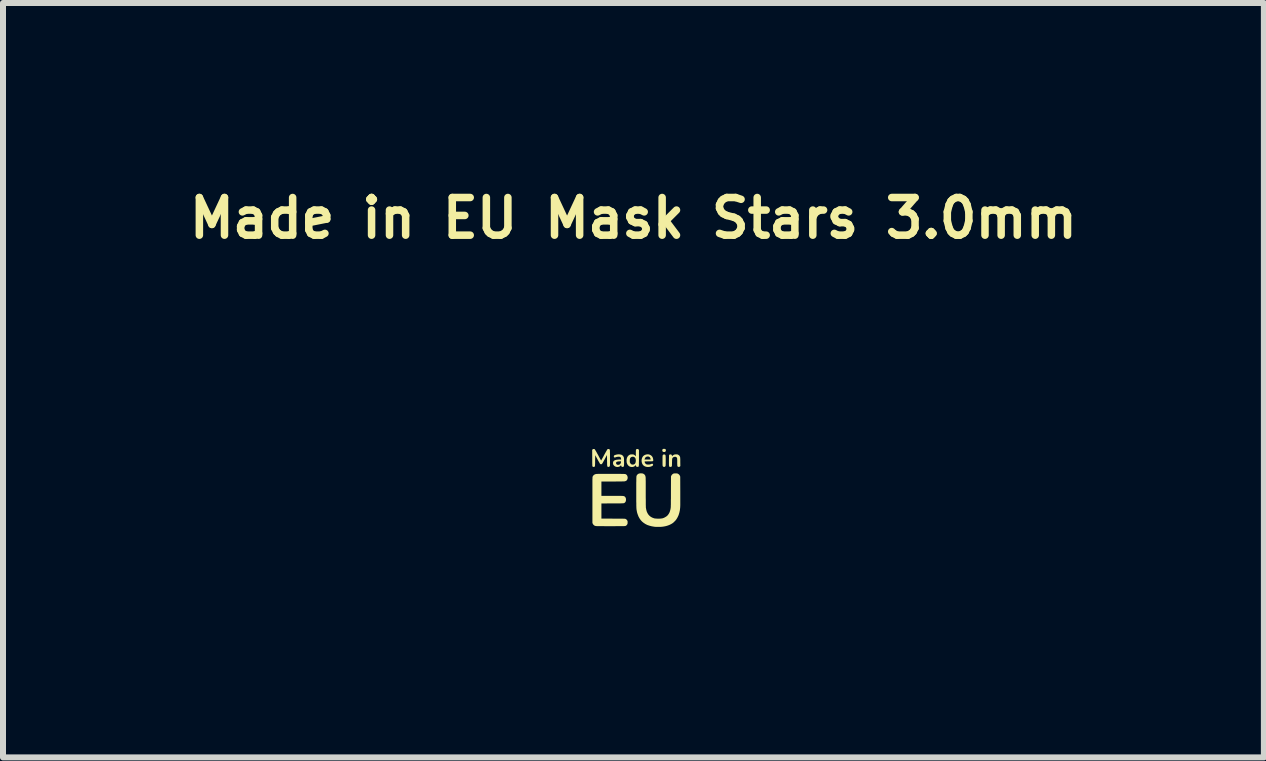
<source format=kicad_pcb>
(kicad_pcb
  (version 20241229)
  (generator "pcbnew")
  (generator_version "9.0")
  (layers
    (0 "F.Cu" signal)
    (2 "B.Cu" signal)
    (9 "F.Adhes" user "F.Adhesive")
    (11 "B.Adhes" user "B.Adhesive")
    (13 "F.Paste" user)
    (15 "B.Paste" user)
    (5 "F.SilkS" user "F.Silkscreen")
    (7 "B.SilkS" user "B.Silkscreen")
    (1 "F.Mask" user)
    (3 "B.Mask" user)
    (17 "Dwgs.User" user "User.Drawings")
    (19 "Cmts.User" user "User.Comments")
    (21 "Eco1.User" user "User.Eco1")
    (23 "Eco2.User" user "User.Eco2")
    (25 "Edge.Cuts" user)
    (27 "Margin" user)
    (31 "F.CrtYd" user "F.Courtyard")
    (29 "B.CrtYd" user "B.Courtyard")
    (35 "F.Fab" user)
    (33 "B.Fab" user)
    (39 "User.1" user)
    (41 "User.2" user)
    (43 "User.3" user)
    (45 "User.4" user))
  (footprint "Made in EU Mask Stars 3.0mm"
    (layer "F.Cu")
    (at 7.511 5.087)
    (property "Reference" "Made in EU Mask Stars 3.0mm" (at 0 -4.5 180) (layer "F.SilkS") (effects (font (size 0.628 0.628) (thickness 0.125))))
    (attr board_only exclude_from_pos_files exclude_from_bom)
    (fp_poly (pts (xy 1.103 -0.853) (xy 1.103 -0.853) (xy 1.104 -0.85) (xy 1.106 -0.844) (xy 1.109 -0.834) (xy 1.113 -0.821) (xy 1.118 -0.806) (xy 1.123 -0.789) (xy 1.129 -0.771) (xy 1.13 -0.769) (xy 1.156 -0.689) (xy 1.245 -0.688) (xy 1.333 -0.687) (xy 1.262 -0.635) (xy 1.246 -0.624) (xy 1.231 -0.614) (xy 1.219 -0.604) (xy 1.208 -0.596) (xy 1.199 -0.59) (xy 1.193 -0.585) (xy 1.19 -0.583) (xy 1.19 -0.583) (xy 1.191 -0.581) (xy 1.193 -0.574) (xy 1.196 -0.565) (xy 1.2 -0.553) (xy 1.204 -0.538) (xy 1.21 -0.522) (xy 1.216 -0.504) (xy 1.217 -0.5) (xy 1.223 -0.482) (xy 1.228 -0.465) (xy 1.233 -0.45) (xy 1.237 -0.438) (xy 1.24 -0.428) (xy 1.242 -0.421) (xy 1.242 -0.418) (xy 1.242 -0.418) (xy 1.241 -0.419) (xy 1.236 -0.423) (xy 1.228 -0.428) (xy 1.217 -0.435) (xy 1.205 -0.444) (xy 1.191 -0.454) (xy 1.176 -0.466) (xy 1.172 -0.468) (xy 1.102 -0.52) (xy 1.035 -0.471) (xy 1.016 -0.457) (xy 1.001 -0.446) (xy 0.989 -0.437) (xy 0.979 -0.43) (xy 0.972 -0.425) (xy 0.967 -0.422) (xy 0.964 -0.42) (xy 0.962 -0.419) (xy 0.961 -0.419) (xy 0.961 -0.42) (xy 0.961 -0.421) (xy 0.961 -0.421) (xy 0.968 -0.443) (xy 0.975 -0.465) (xy 0.982 -0.486) (xy 0.989 -0.506) (xy 0.994 -0.525) (xy 1 -0.542) (xy 1.004 -0.557) (xy 1.008 -0.569) (xy 1.01 -0.578) (xy 1.012 -0.583) (xy 1.012 -0.585) (xy 1.01 -0.586) (xy 1.004 -0.59) (xy 0.996 -0.596) (xy 0.985 -0.604) (xy 0.973 -0.613) (xy 0.959 -0.623) (xy 0.943 -0.634) (xy 0.94 -0.636) (xy 0.87 -0.687) (xy 0.959 -0.687) (xy 1.047 -0.688) (xy 1.066 -0.747) (xy 1.074 -0.772) (xy 1.081 -0.792) (xy 1.086 -0.809) (xy 1.091 -0.823) (xy 1.094 -0.833) (xy 1.097 -0.841) (xy 1.099 -0.847) (xy 1.1 -0.851) (xy 1.102 -0.853) (xy 1.102 -0.854)) (stroke (width 0) (type solid)) (fill yes) (layer "F.Mask"))
    (fp_poly (pts (xy 0.003 1.057) (xy 0.005 1.063) (xy 0.008 1.073) (xy 0.012 1.086) (xy 0.017 1.101) (xy 0.022 1.118) (xy 0.028 1.136) (xy 0.029 1.139) (xy 0.055 1.22) (xy 0.143 1.221) (xy 0.231 1.223) (xy 0.165 1.27) (xy 0.15 1.281) (xy 0.135 1.291) (xy 0.123 1.3) (xy 0.112 1.308) (xy 0.103 1.315) (xy 0.097 1.319) (xy 0.094 1.321) (xy 0.089 1.325) (xy 0.115 1.406) (xy 0.121 1.424) (xy 0.126 1.441) (xy 0.131 1.456) (xy 0.135 1.469) (xy 0.139 1.479) (xy 0.141 1.486) (xy 0.142 1.489) (xy 0.142 1.489) (xy 0.142 1.491) (xy 0.14 1.49) (xy 0.137 1.488) (xy 0.131 1.483) (xy 0.122 1.477) (xy 0.112 1.469) (xy 0.1 1.46) (xy 0.086 1.451) (xy 0.073 1.441) (xy 0.059 1.431) (xy 0.046 1.421) (xy 0.034 1.412) (xy 0.023 1.405) (xy 0.014 1.398) (xy 0.007 1.393) (xy 0.004 1.391) (xy 0.003 1.39) (xy 0.001 1.391) (xy -0.004 1.395) (xy -0.012 1.4) (xy -0.023 1.407) (xy -0.035 1.415) (xy -0.048 1.424) (xy -0.062 1.434) (xy -0.076 1.444) (xy -0.09 1.455) (xy -0.104 1.464) (xy -0.116 1.474) (xy -0.127 1.482) (xy -0.136 1.489) (xy -0.138 1.49) (xy -0.141 1.491) (xy -0.14 1.489) (xy -0.14 1.489) (xy -0.139 1.486) (xy -0.137 1.48) (xy -0.134 1.47) (xy -0.13 1.458) (xy -0.126 1.444) (xy -0.121 1.429) (xy -0.116 1.413) (xy -0.11 1.397) (xy -0.106 1.382) (xy -0.101 1.367) (xy -0.097 1.355) (xy -0.094 1.344) (xy -0.091 1.337) (xy -0.09 1.334) (xy -0.087 1.324) (xy -0.159 1.273) (xy -0.231 1.221) (xy -0.142 1.221) (xy -0.054 1.221) (xy -0.038 1.172) (xy -0.032 1.155) (xy -0.027 1.137) (xy -0.021 1.119) (xy -0.016 1.102) (xy -0.011 1.088) (xy -0.011 1.086) (xy -0.007 1.075) (xy -0.003 1.065) (xy -0.001 1.058) (xy 0.001 1.054) (xy 0.002 1.054)) (stroke (width 0) (type solid)) (fill yes) (layer "F.Mask"))
    (fp_poly (pts (xy -0.616 -1.264) (xy -0.611 -1.247) (xy -0.605 -1.23) (xy -0.6 -1.213) (xy -0.595 -1.198) (xy -0.591 -1.186) (xy -0.589 -1.18) (xy -0.58 -1.152) (xy -0.492 -1.152) (xy -0.403 -1.151) (xy -0.467 -1.105) (xy -0.482 -1.095) (xy -0.496 -1.084) (xy -0.509 -1.075) (xy -0.521 -1.067) (xy -0.53 -1.06) (xy -0.536 -1.056) (xy -0.538 -1.054) (xy -0.547 -1.047) (xy -0.52 -0.965) (xy -0.514 -0.947) (xy -0.509 -0.93) (xy -0.504 -0.915) (xy -0.5 -0.902) (xy -0.497 -0.892) (xy -0.495 -0.886) (xy -0.494 -0.883) (xy -0.494 -0.883) (xy -0.496 -0.884) (xy -0.501 -0.887) (xy -0.509 -0.893) (xy -0.52 -0.9) (xy -0.532 -0.909) (xy -0.546 -0.919) (xy -0.561 -0.93) (xy -0.563 -0.931) (xy -0.578 -0.942) (xy -0.592 -0.953) (xy -0.605 -0.962) (xy -0.616 -0.97) (xy -0.625 -0.976) (xy -0.63 -0.98) (xy -0.633 -0.982) (xy -0.633 -0.982) (xy -0.636 -0.981) (xy -0.641 -0.977) (xy -0.649 -0.972) (xy -0.66 -0.964) (xy -0.673 -0.956) (xy -0.687 -0.946) (xy -0.702 -0.934) (xy -0.705 -0.932) (xy -0.721 -0.921) (xy -0.735 -0.911) (xy -0.748 -0.902) (xy -0.758 -0.894) (xy -0.767 -0.888) (xy -0.773 -0.884) (xy -0.775 -0.882) (xy -0.775 -0.882) (xy -0.775 -0.884) (xy -0.773 -0.89) (xy -0.77 -0.899) (xy -0.767 -0.911) (xy -0.762 -0.926) (xy -0.757 -0.942) (xy -0.751 -0.96) (xy -0.75 -0.964) (xy -0.744 -0.982) (xy -0.739 -0.999) (xy -0.734 -1.014) (xy -0.73 -1.027) (xy -0.727 -1.037) (xy -0.724 -1.044) (xy -0.723 -1.047) (xy -0.723 -1.047) (xy -0.725 -1.049) (xy -0.73 -1.053) (xy -0.738 -1.058) (xy -0.748 -1.066) (xy -0.761 -1.075) (xy -0.775 -1.085) (xy -0.79 -1.096) (xy -0.795 -1.1) (xy -0.867 -1.151) (xy -0.778 -1.152) (xy -0.689 -1.152) (xy -0.668 -1.219) (xy -0.662 -1.236) (xy -0.657 -1.253) (xy -0.652 -1.269) (xy -0.647 -1.282) (xy -0.644 -1.294) (xy -0.641 -1.301) (xy -0.641 -1.303) (xy -0.635 -1.321)) (stroke (width 0) (type solid)) (fill yes) (layer "F.Mask"))
    (fp_poly (pts (xy -0.633 0.888) (xy -0.631 0.893) (xy -0.628 0.902) (xy -0.624 0.914) (xy -0.619 0.928) (xy -0.614 0.945) (xy -0.608 0.963) (xy -0.606 0.968) (xy -0.58 1.052) (xy -0.491 1.052) (xy -0.403 1.053) (xy -0.474 1.104) (xy -0.489 1.115) (xy -0.504 1.126) (xy -0.517 1.135) (xy -0.528 1.143) (xy -0.536 1.15) (xy -0.542 1.154) (xy -0.545 1.156) (xy -0.545 1.156) (xy -0.544 1.159) (xy -0.542 1.165) (xy -0.539 1.175) (xy -0.535 1.187) (xy -0.531 1.202) (xy -0.526 1.218) (xy -0.52 1.236) (xy -0.519 1.238) (xy -0.513 1.256) (xy -0.508 1.273) (xy -0.503 1.288) (xy -0.5 1.3) (xy -0.497 1.31) (xy -0.495 1.317) (xy -0.494 1.32) (xy -0.494 1.32) (xy -0.496 1.319) (xy -0.501 1.317) (xy -0.507 1.312) (xy -0.514 1.308) (xy -0.521 1.302) (xy -0.53 1.295) (xy -0.543 1.286) (xy -0.556 1.276) (xy -0.57 1.266) (xy -0.583 1.257) (xy -0.634 1.22) (xy -0.695 1.264) (xy -0.71 1.275) (xy -0.724 1.286) (xy -0.737 1.295) (xy -0.748 1.303) (xy -0.757 1.31) (xy -0.763 1.314) (xy -0.766 1.316) (xy -0.771 1.319) (xy -0.774 1.321) (xy -0.774 1.32) (xy -0.774 1.317) (xy -0.773 1.314) (xy -0.77 1.307) (xy -0.767 1.297) (xy -0.763 1.284) (xy -0.758 1.268) (xy -0.753 1.252) (xy -0.748 1.235) (xy -0.742 1.218) (xy -0.737 1.201) (xy -0.732 1.187) (xy -0.729 1.174) (xy -0.726 1.165) (xy -0.724 1.158) (xy -0.724 1.156) (xy -0.726 1.154) (xy -0.731 1.15) (xy -0.739 1.144) (xy -0.75 1.136) (xy -0.762 1.127) (xy -0.777 1.116) (xy -0.792 1.105) (xy -0.795 1.103) (xy -0.865 1.053) (xy -0.776 1.052) (xy -0.688 1.052) (xy -0.684 1.038) (xy -0.679 1.024) (xy -0.674 1.008) (xy -0.669 0.991) (xy -0.664 0.974) (xy -0.658 0.957) (xy -0.653 0.941) (xy -0.648 0.926) (xy -0.643 0.912) (xy -0.64 0.901) (xy -0.637 0.892) (xy -0.635 0.887) (xy -0.634 0.886)) (stroke (width 0) (type solid)) (fill yes) (layer "F.Mask"))
    (fp_poly (pts (xy 0.636 0.886) (xy 0.637 0.888) (xy 0.639 0.892) (xy 0.641 0.898) (xy 0.643 0.907) (xy 0.647 0.917) (xy 0.651 0.931) (xy 0.657 0.948) (xy 0.664 0.969) (xy 0.671 0.993) (xy 0.673 0.999) (xy 0.69 1.052) (xy 0.778 1.052) (xy 0.867 1.053) (xy 0.797 1.103) (xy 0.781 1.114) (xy 0.767 1.125) (xy 0.754 1.134) (xy 0.743 1.142) (xy 0.734 1.148) (xy 0.728 1.152) (xy 0.726 1.154) (xy 0.725 1.154) (xy 0.726 1.157) (xy 0.727 1.163) (xy 0.73 1.172) (xy 0.734 1.185) (xy 0.738 1.199) (xy 0.743 1.216) (xy 0.749 1.234) (xy 0.75 1.238) (xy 0.756 1.256) (xy 0.762 1.273) (xy 0.766 1.288) (xy 0.77 1.301) (xy 0.773 1.311) (xy 0.775 1.318) (xy 0.776 1.321) (xy 0.776 1.321) (xy 0.774 1.32) (xy 0.769 1.317) (xy 0.761 1.311) (xy 0.751 1.304) (xy 0.739 1.295) (xy 0.725 1.285) (xy 0.709 1.273) (xy 0.706 1.271) (xy 0.636 1.22) (xy 0.624 1.228) (xy 0.609 1.239) (xy 0.594 1.25) (xy 0.578 1.262) (xy 0.563 1.273) (xy 0.548 1.284) (xy 0.534 1.294) (xy 0.521 1.303) (xy 0.511 1.311) (xy 0.502 1.316) (xy 0.497 1.32) (xy 0.495 1.322) (xy 0.494 1.322) (xy 0.494 1.321) (xy 0.494 1.32) (xy 0.495 1.318) (xy 0.497 1.312) (xy 0.5 1.303) (xy 0.504 1.291) (xy 0.508 1.277) (xy 0.513 1.262) (xy 0.518 1.246) (xy 0.524 1.23) (xy 0.529 1.214) (xy 0.534 1.199) (xy 0.538 1.185) (xy 0.542 1.174) (xy 0.545 1.164) (xy 0.546 1.158) (xy 0.547 1.156) (xy 0.547 1.156) (xy 0.545 1.155) (xy 0.54 1.151) (xy 0.532 1.145) (xy 0.522 1.138) (xy 0.51 1.129) (xy 0.496 1.118) (xy 0.48 1.107) (xy 0.476 1.104) (xy 0.405 1.053) (xy 0.493 1.052) (xy 0.582 1.051) (xy 0.608 0.967) (xy 0.614 0.949) (xy 0.62 0.932) (xy 0.625 0.917) (xy 0.629 0.905) (xy 0.632 0.895) (xy 0.635 0.888) (xy 0.636 0.885) (xy 0.636 0.885)) (stroke (width 0) (type solid)) (fill yes) (layer "F.Mask"))
    (fp_poly (pts (xy 0.002 -1.488) (xy 0.004 -1.481) (xy 0.007 -1.472) (xy 0.011 -1.459) (xy 0.016 -1.445) (xy 0.021 -1.428) (xy 0.027 -1.41) (xy 0.029 -1.406) (xy 0.055 -1.323) (xy 0.143 -1.322) (xy 0.231 -1.321) (xy 0.16 -1.27) (xy 0.145 -1.259) (xy 0.13 -1.248) (xy 0.117 -1.239) (xy 0.106 -1.231) (xy 0.098 -1.225) (xy 0.092 -1.22) (xy 0.089 -1.218) (xy 0.089 -1.218) (xy 0.09 -1.216) (xy 0.092 -1.21) (xy 0.095 -1.201) (xy 0.098 -1.189) (xy 0.103 -1.176) (xy 0.107 -1.161) (xy 0.113 -1.145) (xy 0.118 -1.129) (xy 0.123 -1.113) (xy 0.128 -1.098) (xy 0.132 -1.084) (xy 0.136 -1.072) (xy 0.139 -1.063) (xy 0.141 -1.058) (xy 0.141 -1.056) (xy 0.142 -1.054) (xy 0.142 -1.053) (xy 0.141 -1.053) (xy 0.139 -1.054) (xy 0.136 -1.056) (xy 0.131 -1.06) (xy 0.124 -1.065) (xy 0.114 -1.072) (xy 0.101 -1.081) (xy 0.086 -1.093) (xy 0.076 -1.1) (xy 0.061 -1.111) (xy 0.047 -1.121) (xy 0.034 -1.13) (xy 0.024 -1.138) (xy 0.015 -1.144) (xy 0.01 -1.148) (xy 0.008 -1.149) (xy 0.001 -1.154) (xy -0.059 -1.111) (xy -0.074 -1.1) (xy -0.089 -1.089) (xy -0.102 -1.08) (xy -0.113 -1.072) (xy -0.122 -1.065) (xy -0.128 -1.06) (xy -0.13 -1.059) (xy -0.136 -1.055) (xy -0.139 -1.053) (xy -0.14 -1.053) (xy -0.14 -1.056) (xy -0.14 -1.056) (xy -0.139 -1.06) (xy -0.136 -1.066) (xy -0.133 -1.076) (xy -0.129 -1.088) (xy -0.125 -1.103) (xy -0.12 -1.118) (xy -0.115 -1.134) (xy -0.109 -1.15) (xy -0.104 -1.166) (xy -0.1 -1.18) (xy -0.096 -1.193) (xy -0.092 -1.204) (xy -0.09 -1.211) (xy -0.088 -1.216) (xy -0.088 -1.216) (xy -0.09 -1.218) (xy -0.095 -1.222) (xy -0.102 -1.228) (xy -0.113 -1.236) (xy -0.125 -1.245) (xy -0.139 -1.256) (xy -0.154 -1.267) (xy -0.158 -1.27) (xy -0.229 -1.321) (xy -0.142 -1.321) (xy -0.054 -1.322) (xy -0.038 -1.372) (xy -0.032 -1.389) (xy -0.027 -1.407) (xy -0.021 -1.425) (xy -0.016 -1.441) (xy -0.011 -1.455) (xy -0.011 -1.457) (xy -0.007 -1.468) (xy -0.003 -1.478) (xy -0.001 -1.485) (xy 0.001 -1.49) (xy 0.001 -1.49)) (stroke (width 0) (type solid)) (fill yes) (layer "F.Mask"))
    (fp_poly (pts (xy 1.102 0.42) (xy 1.104 0.426) (xy 1.107 0.435) (xy 1.111 0.447) (xy 1.116 0.461) (xy 1.121 0.478) (xy 1.127 0.496) (xy 1.129 0.501) (xy 1.156 0.584) (xy 1.245 0.585) (xy 1.334 0.586) (xy 1.264 0.636) (xy 1.248 0.648) (xy 1.234 0.658) (xy 1.221 0.667) (xy 1.21 0.675) (xy 1.201 0.682) (xy 1.195 0.686) (xy 1.192 0.688) (xy 1.192 0.688) (xy 1.192 0.69) (xy 1.193 0.697) (xy 1.196 0.706) (xy 1.2 0.719) (xy 1.205 0.735) (xy 1.21 0.753) (xy 1.217 0.773) (xy 1.222 0.791) (xy 1.228 0.808) (xy 1.233 0.823) (xy 1.237 0.836) (xy 1.24 0.846) (xy 1.242 0.853) (xy 1.243 0.856) (xy 1.243 0.857) (xy 1.241 0.855) (xy 1.236 0.852) (xy 1.228 0.846) (xy 1.218 0.839) (xy 1.206 0.83) (xy 1.192 0.82) (xy 1.176 0.808) (xy 1.172 0.805) (xy 1.155 0.792) (xy 1.14 0.782) (xy 1.128 0.773) (xy 1.119 0.767) (xy 1.112 0.762) (xy 1.107 0.759) (xy 1.103 0.757) (xy 1.101 0.756) (xy 1.099 0.756) (xy 1.098 0.757) (xy 1.095 0.759) (xy 1.089 0.763) (xy 1.08 0.77) (xy 1.069 0.777) (xy 1.056 0.787) (xy 1.042 0.797) (xy 1.028 0.808) (xy 1.013 0.819) (xy 0.999 0.829) (xy 0.986 0.837) (xy 0.976 0.845) (xy 0.968 0.85) (xy 0.963 0.854) (xy 0.961 0.855) (xy 0.962 0.853) (xy 0.963 0.847) (xy 0.966 0.837) (xy 0.97 0.825) (xy 0.975 0.81) (xy 0.98 0.794) (xy 0.986 0.776) (xy 0.987 0.773) (xy 0.993 0.754) (xy 0.998 0.738) (xy 1.003 0.722) (xy 1.007 0.71) (xy 1.01 0.7) (xy 1.012 0.693) (xy 1.012 0.69) (xy 1.012 0.69) (xy 1.01 0.688) (xy 1.005 0.684) (xy 0.998 0.679) (xy 0.989 0.672) (xy 0.985 0.669) (xy 0.976 0.662) (xy 0.963 0.654) (xy 0.949 0.643) (xy 0.934 0.633) (xy 0.92 0.622) (xy 0.914 0.618) (xy 0.87 0.586) (xy 0.959 0.585) (xy 1.048 0.584) (xy 1.074 0.502) (xy 1.08 0.483) (xy 1.085 0.467) (xy 1.09 0.451) (xy 1.094 0.439) (xy 1.098 0.429) (xy 1.1 0.422) (xy 1.101 0.419) (xy 1.101 0.419)) (stroke (width 0) (type solid)) (fill yes) (layer "F.Mask"))
    (fp_poly (pts (xy -1.099 0.42) (xy -1.098 0.423) (xy -1.096 0.429) (xy -1.093 0.439) (xy -1.089 0.452) (xy -1.084 0.467) (xy -1.078 0.483) (xy -1.072 0.501) (xy -1.072 0.504) (xy -1.046 0.584) (xy -0.957 0.585) (xy -0.868 0.586) (xy -0.939 0.637) (xy -0.955 0.649) (xy -0.969 0.659) (xy -0.982 0.668) (xy -0.993 0.676) (xy -1.002 0.683) (xy -1.008 0.687) (xy -1.011 0.689) (xy -1.011 0.689) (xy -1.011 0.691) (xy -1.009 0.697) (xy -1.006 0.706) (xy -1.002 0.719) (xy -0.998 0.733) (xy -0.992 0.75) (xy -0.987 0.768) (xy -0.985 0.773) (xy -0.979 0.791) (xy -0.974 0.808) (xy -0.969 0.823) (xy -0.965 0.836) (xy -0.962 0.846) (xy -0.959 0.853) (xy -0.959 0.856) (xy -0.959 0.856) (xy -0.96 0.855) (xy -0.965 0.852) (xy -0.973 0.846) (xy -0.984 0.839) (xy -0.996 0.83) (xy -1.01 0.819) (xy -1.025 0.808) (xy -1.027 0.807) (xy -1.043 0.795) (xy -1.057 0.785) (xy -1.07 0.776) (xy -1.081 0.768) (xy -1.089 0.762) (xy -1.095 0.757) (xy -1.098 0.755) (xy -1.098 0.755) (xy -1.1 0.756) (xy -1.106 0.76) (xy -1.114 0.765) (xy -1.125 0.773) (xy -1.138 0.782) (xy -1.152 0.792) (xy -1.167 0.803) (xy -1.171 0.806) (xy -1.187 0.817) (xy -1.201 0.828) (xy -1.214 0.837) (xy -1.225 0.845) (xy -1.233 0.851) (xy -1.239 0.855) (xy -1.241 0.856) (xy -1.241 0.857) (xy -1.241 0.854) (xy -1.239 0.848) (xy -1.236 0.839) (xy -1.232 0.827) (xy -1.227 0.812) (xy -1.222 0.796) (xy -1.216 0.778) (xy -1.215 0.773) (xy -1.209 0.755) (xy -1.204 0.738) (xy -1.199 0.723) (xy -1.195 0.71) (xy -1.192 0.7) (xy -1.19 0.693) (xy -1.189 0.69) (xy -1.189 0.69) (xy -1.191 0.688) (xy -1.196 0.684) (xy -1.205 0.678) (xy -1.215 0.67) (xy -1.228 0.661) (xy -1.242 0.651) (xy -1.257 0.64) (xy -1.261 0.637) (xy -1.332 0.586) (xy -1.243 0.585) (xy -1.154 0.584) (xy -1.136 0.529) (xy -1.131 0.512) (xy -1.125 0.495) (xy -1.12 0.478) (xy -1.115 0.463) (xy -1.111 0.451) (xy -1.109 0.445) (xy -1.106 0.435) (xy -1.103 0.427) (xy -1.101 0.422) (xy -1.099 0.42)) (stroke (width 0) (type solid)) (fill yes) (layer "F.Mask"))
    (fp_poly (pts (xy 0.639 -1.315) (xy 0.641 -1.308) (xy 0.645 -1.298) (xy 0.649 -1.285) (xy 0.654 -1.271) (xy 0.659 -1.254) (xy 0.665 -1.236) (xy 0.665 -1.234) (xy 0.691 -1.153) (xy 0.78 -1.152) (xy 0.869 -1.151) (xy 0.798 -1.1) (xy 0.782 -1.089) (xy 0.768 -1.078) (xy 0.755 -1.069) (xy 0.744 -1.061) (xy 0.735 -1.055) (xy 0.729 -1.05) (xy 0.726 -1.048) (xy 0.726 -1.048) (xy 0.727 -1.046) (xy 0.728 -1.04) (xy 0.731 -1.031) (xy 0.735 -1.019) (xy 0.74 -1.004) (xy 0.745 -0.988) (xy 0.751 -0.97) (xy 0.752 -0.965) (xy 0.758 -0.947) (xy 0.763 -0.93) (xy 0.768 -0.915) (xy 0.772 -0.902) (xy 0.775 -0.892) (xy 0.777 -0.886) (xy 0.778 -0.882) (xy 0.778 -0.882) (xy 0.776 -0.883) (xy 0.771 -0.887) (xy 0.763 -0.892) (xy 0.753 -0.9) (xy 0.741 -0.909) (xy 0.727 -0.919) (xy 0.711 -0.93) (xy 0.709 -0.931) (xy 0.694 -0.943) (xy 0.679 -0.953) (xy 0.666 -0.962) (xy 0.655 -0.97) (xy 0.647 -0.976) (xy 0.641 -0.98) (xy 0.638 -0.981) (xy 0.638 -0.981) (xy 0.635 -0.98) (xy 0.629 -0.976) (xy 0.621 -0.971) (xy 0.61 -0.963) (xy 0.598 -0.954) (xy 0.583 -0.944) (xy 0.568 -0.933) (xy 0.566 -0.932) (xy 0.551 -0.921) (xy 0.537 -0.91) (xy 0.524 -0.901) (xy 0.513 -0.893) (xy 0.505 -0.888) (xy 0.5 -0.884) (xy 0.497 -0.882) (xy 0.497 -0.882) (xy 0.497 -0.884) (xy 0.498 -0.888) (xy 0.501 -0.897) (xy 0.505 -0.909) (xy 0.509 -0.923) (xy 0.514 -0.938) (xy 0.519 -0.954) (xy 0.525 -0.971) (xy 0.53 -0.987) (xy 0.535 -1.002) (xy 0.539 -1.016) (xy 0.543 -1.028) (xy 0.546 -1.038) (xy 0.548 -1.045) (xy 0.549 -1.048) (xy 0.549 -1.048) (xy 0.547 -1.05) (xy 0.542 -1.053) (xy 0.534 -1.059) (xy 0.523 -1.067) (xy 0.511 -1.076) (xy 0.497 -1.086) (xy 0.481 -1.097) (xy 0.477 -1.1) (xy 0.406 -1.151) (xy 0.495 -1.152) (xy 0.584 -1.153) (xy 0.599 -1.202) (xy 0.605 -1.219) (xy 0.611 -1.237) (xy 0.616 -1.255) (xy 0.621 -1.271) (xy 0.626 -1.285) (xy 0.626 -1.286) (xy 0.63 -1.297) (xy 0.633 -1.307) (xy 0.636 -1.314) (xy 0.638 -1.317) (xy 0.638 -1.317)) (stroke (width 0) (type solid)) (fill yes) (layer "F.Mask"))
    (fp_poly (pts (xy -1.099 -0.85) (xy -1.096 -0.844) (xy -1.093 -0.835) (xy -1.089 -0.822) (xy -1.084 -0.808) (xy -1.079 -0.791) (xy -1.073 -0.773) (xy -1.072 -0.769) (xy -1.046 -0.687) (xy -0.957 -0.686) (xy -0.869 -0.684) (xy -0.94 -0.633) (xy -0.958 -0.62) (xy -0.973 -0.609) (xy -0.985 -0.601) (xy -0.994 -0.594) (xy -1.001 -0.588) (xy -1.006 -0.584) (xy -1.008 -0.581) (xy -1.01 -0.579) (xy -1.01 -0.578) (xy -1.01 -0.577) (xy -1.009 -0.574) (xy -1.007 -0.567) (xy -1.004 -0.557) (xy -1 -0.544) (xy -0.995 -0.53) (xy -0.99 -0.515) (xy -0.985 -0.499) (xy -0.98 -0.483) (xy -0.975 -0.467) (xy -0.97 -0.453) (xy -0.966 -0.44) (xy -0.963 -0.43) (xy -0.96 -0.422) (xy -0.959 -0.418) (xy -0.959 -0.418) (xy -0.959 -0.416) (xy -0.961 -0.417) (xy -0.963 -0.418) (xy -0.968 -0.422) (xy -0.976 -0.428) (xy -0.986 -0.435) (xy -0.998 -0.444) (xy -1.011 -0.453) (xy -1.024 -0.463) (xy -1.038 -0.473) (xy -1.052 -0.482) (xy -1.064 -0.492) (xy -1.075 -0.5) (xy -1.085 -0.507) (xy -1.092 -0.512) (xy -1.097 -0.515) (xy -1.097 -0.516) (xy -1.1 -0.515) (xy -1.105 -0.512) (xy -1.114 -0.506) (xy -1.124 -0.499) (xy -1.137 -0.49) (xy -1.152 -0.479) (xy -1.168 -0.468) (xy -1.17 -0.466) (xy -1.185 -0.455) (xy -1.2 -0.445) (xy -1.213 -0.435) (xy -1.224 -0.428) (xy -1.232 -0.421) (xy -1.238 -0.417) (xy -1.241 -0.415) (xy -1.241 -0.415) (xy -1.241 -0.417) (xy -1.241 -0.419) (xy -1.24 -0.422) (xy -1.238 -0.428) (xy -1.234 -0.438) (xy -1.23 -0.451) (xy -1.225 -0.466) (xy -1.22 -0.482) (xy -1.214 -0.5) (xy -1.209 -0.517) (xy -1.203 -0.534) (xy -1.199 -0.549) (xy -1.195 -0.561) (xy -1.192 -0.571) (xy -1.189 -0.577) (xy -1.189 -0.579) (xy -1.19 -0.581) (xy -1.195 -0.585) (xy -1.203 -0.591) (xy -1.213 -0.599) (xy -1.225 -0.608) (xy -1.239 -0.619) (xy -1.255 -0.63) (xy -1.259 -0.633) (xy -1.331 -0.684) (xy -1.242 -0.686) (xy -1.154 -0.687) (xy -1.143 -0.72) (xy -1.139 -0.733) (xy -1.134 -0.748) (xy -1.129 -0.766) (xy -1.123 -0.783) (xy -1.117 -0.8) (xy -1.116 -0.803) (xy -1.112 -0.817) (xy -1.108 -0.83) (xy -1.104 -0.84) (xy -1.102 -0.848) (xy -1.1 -0.852) (xy -1.099 -0.852)) (stroke (width 0) (type solid)) (fill yes) (layer "F.Mask"))
    (fp_poly (pts (xy -1.27 -0.215) (xy -1.268 -0.21) (xy -1.265 -0.201) (xy -1.26 -0.189) (xy -1.256 -0.175) (xy -1.25 -0.158) (xy -1.245 -0.14) (xy -1.243 -0.135) (xy -1.216 -0.051) (xy -1.128 -0.051) (xy -1.104 -0.051) (xy -1.084 -0.051) (xy -1.068 -0.051) (xy -1.055 -0.051) (xy -1.047 -0.05) (xy -1.042 -0.05) (xy -1.042 -0.049) (xy -1.044 -0.047) (xy -1.049 -0.043) (xy -1.057 -0.037) (xy -1.068 -0.03) (xy -1.08 -0.02) (xy -1.094 -0.01) (xy -1.11 0.001) (xy -1.112 0.003) (xy -1.128 0.014) (xy -1.142 0.024) (xy -1.154 0.033) (xy -1.165 0.041) (xy -1.173 0.048) (xy -1.179 0.052) (xy -1.181 0.054) (xy -1.181 0.054) (xy -1.181 0.057) (xy -1.179 0.063) (xy -1.176 0.073) (xy -1.172 0.085) (xy -1.167 0.1) (xy -1.162 0.116) (xy -1.156 0.134) (xy -1.155 0.137) (xy -1.15 0.155) (xy -1.144 0.171) (xy -1.14 0.186) (xy -1.136 0.199) (xy -1.133 0.208) (xy -1.131 0.215) (xy -1.13 0.218) (xy -1.13 0.218) (xy -1.132 0.217) (xy -1.137 0.213) (xy -1.145 0.208) (xy -1.156 0.2) (xy -1.168 0.192) (xy -1.182 0.182) (xy -1.197 0.17) (xy -1.2 0.168) (xy -1.217 0.156) (xy -1.233 0.145) (xy -1.246 0.136) (xy -1.257 0.128) (xy -1.265 0.123) (xy -1.27 0.12) (xy -1.272 0.119) (xy -1.275 0.121) (xy -1.28 0.125) (xy -1.289 0.131) (xy -1.299 0.138) (xy -1.312 0.147) (xy -1.326 0.158) (xy -1.34 0.168) (xy -1.358 0.181) (xy -1.373 0.192) (xy -1.384 0.2) (xy -1.393 0.207) (xy -1.4 0.211) (xy -1.405 0.215) (xy -1.408 0.217) (xy -1.41 0.218) (xy -1.411 0.218) (xy -1.411 0.218) (xy -1.411 0.218) (xy -1.411 0.215) (xy -1.409 0.209) (xy -1.406 0.2) (xy -1.402 0.187) (xy -1.397 0.173) (xy -1.392 0.156) (xy -1.386 0.139) (xy -1.386 0.137) (xy -1.38 0.119) (xy -1.374 0.102) (xy -1.37 0.087) (xy -1.366 0.074) (xy -1.363 0.065) (xy -1.361 0.058) (xy -1.36 0.055) (xy -1.36 0.055) (xy -1.362 0.053) (xy -1.367 0.049) (xy -1.374 0.043) (xy -1.385 0.035) (xy -1.397 0.026) (xy -1.411 0.015) (xy -1.426 0.004) (xy -1.429 0.002) (xy -1.445 -0.009) (xy -1.459 -0.019) (xy -1.472 -0.029) (xy -1.483 -0.037) (xy -1.491 -0.043) (xy -1.497 -0.047) (xy -1.499 -0.049) (xy -1.5 -0.049) (xy -1.498 -0.05) (xy -1.492 -0.05) (xy -1.482 -0.051) (xy -1.47 -0.051) (xy -1.454 -0.051) (xy -1.437 -0.051) (xy -1.418 -0.051) (xy -1.413 -0.051) (xy -1.324 -0.051) (xy -1.32 -0.065) (xy -1.315 -0.08) (xy -1.31 -0.097) (xy -1.305 -0.114) (xy -1.299 -0.132) (xy -1.293 -0.149) (xy -1.288 -0.165) (xy -1.283 -0.18) (xy -1.279 -0.193) (xy -1.275 -0.204) (xy -1.273 -0.212) (xy -1.271 -0.216) (xy -1.271 -0.217)) (stroke (width 0) (type solid)) (fill yes) (layer "F.Mask"))
    (fp_poly (pts (xy 1.271 -0.217) (xy 1.274 -0.211) (xy 1.277 -0.203) (xy 1.28 -0.192) (xy 1.284 -0.179) (xy 1.284 -0.179) (xy 1.289 -0.163) (xy 1.295 -0.145) (xy 1.301 -0.126) (xy 1.307 -0.107) (xy 1.311 -0.097) (xy 1.324 -0.054) (xy 1.412 -0.054) (xy 1.432 -0.054) (xy 1.45 -0.053) (xy 1.466 -0.053) (xy 1.479 -0.053) (xy 1.49 -0.053) (xy 1.497 -0.052) (xy 1.5 -0.052) (xy 1.5 -0.052) (xy 1.499 -0.05) (xy 1.494 -0.046) (xy 1.486 -0.04) (xy 1.475 -0.033) (xy 1.463 -0.024) (xy 1.449 -0.014) (xy 1.434 -0.002) (xy 1.43 -0.000032) (xy 1.414 0.011) (xy 1.4 0.022) (xy 1.387 0.031) (xy 1.376 0.039) (xy 1.368 0.046) (xy 1.362 0.05) (xy 1.36 0.053) (xy 1.36 0.053) (xy 1.361 0.056) (xy 1.362 0.062) (xy 1.365 0.072) (xy 1.369 0.084) (xy 1.374 0.099) (xy 1.379 0.116) (xy 1.385 0.134) (xy 1.386 0.135) (xy 1.391 0.153) (xy 1.397 0.17) (xy 1.401 0.185) (xy 1.405 0.197) (xy 1.408 0.207) (xy 1.41 0.213) (xy 1.41 0.216) (xy 1.41 0.216) (xy 1.408 0.215) (xy 1.403 0.211) (xy 1.395 0.206) (xy 1.385 0.199) (xy 1.373 0.19) (xy 1.359 0.18) (xy 1.344 0.169) (xy 1.342 0.167) (xy 1.327 0.156) (xy 1.312 0.146) (xy 1.3 0.137) (xy 1.289 0.129) (xy 1.28 0.123) (xy 1.274 0.119) (xy 1.272 0.117) (xy 1.272 0.117) (xy 1.269 0.118) (xy 1.264 0.121) (xy 1.256 0.127) (xy 1.245 0.134) (xy 1.233 0.143) (xy 1.219 0.153) (xy 1.205 0.163) (xy 1.187 0.176) (xy 1.172 0.187) (xy 1.159 0.196) (xy 1.15 0.203) (xy 1.142 0.208) (xy 1.137 0.212) (xy 1.134 0.214) (xy 1.131 0.216) (xy 1.13 0.216) (xy 1.13 0.216) (xy 1.13 0.216) (xy 1.131 0.213) (xy 1.132 0.207) (xy 1.135 0.197) (xy 1.139 0.185) (xy 1.144 0.171) (xy 1.149 0.154) (xy 1.155 0.136) (xy 1.156 0.134) (xy 1.161 0.116) (xy 1.167 0.1) (xy 1.171 0.085) (xy 1.175 0.072) (xy 1.178 0.062) (xy 1.18 0.055) (xy 1.181 0.052) (xy 1.181 0.052) (xy 1.179 0.051) (xy 1.174 0.047) (xy 1.167 0.041) (xy 1.156 0.033) (xy 1.144 0.024) (xy 1.13 0.014) (xy 1.114 0.002) (xy 1.111 0) (xy 1.095 -0.011) (xy 1.081 -0.022) (xy 1.068 -0.031) (xy 1.057 -0.039) (xy 1.049 -0.045) (xy 1.043 -0.049) (xy 1.041 -0.052) (xy 1.041 -0.052) (xy 1.043 -0.052) (xy 1.049 -0.052) (xy 1.058 -0.052) (xy 1.071 -0.052) (xy 1.086 -0.052) (xy 1.104 -0.052) (xy 1.123 -0.052) (xy 1.127 -0.052) (xy 1.149 -0.052) (xy 1.167 -0.051) (xy 1.182 -0.051) (xy 1.193 -0.051) (xy 1.201 -0.051) (xy 1.207 -0.052) (xy 1.211 -0.052) (xy 1.214 -0.053) (xy 1.215 -0.053) (xy 1.216 -0.054) (xy 1.216 -0.055) (xy 1.217 -0.058) (xy 1.22 -0.065) (xy 1.223 -0.075) (xy 1.227 -0.088) (xy 1.232 -0.103) (xy 1.238 -0.12) (xy 1.243 -0.138) (xy 1.244 -0.139) (xy 1.249 -0.157) (xy 1.255 -0.174) (xy 1.26 -0.188) (xy 1.264 -0.201) (xy 1.267 -0.21) (xy 1.269 -0.216) (xy 1.27 -0.219) (xy 1.27 -0.219)) (stroke (width 0) (type solid)) (fill yes) (layer "F.Mask"))
    (fp_poly (pts (xy 0.521 -0.653) (xy 0.53 -0.651) (xy 0.537 -0.645) (xy 0.54 -0.636) (xy 0.541 -0.628) (xy 0.539 -0.617) (xy 0.533 -0.608) (xy 0.527 -0.603) (xy 0.519 -0.601) (xy 0.51 -0.601) (xy 0.5 -0.602) (xy 0.494 -0.604) (xy 0.487 -0.609) (xy 0.483 -0.617) (xy 0.481 -0.626) (xy 0.481 -0.636) (xy 0.485 -0.644) (xy 0.488 -0.648) (xy 0.493 -0.651) (xy 0.499 -0.653) (xy 0.508 -0.654)) (stroke (width 0) (type solid)) (fill yes) (layer "F.SilkS"))
    (fp_poly (pts (xy 0.522 -0.559) (xy 0.53 -0.554) (xy 0.535 -0.546) (xy 0.536 -0.54) (xy 0.536 -0.535) (xy 0.537 -0.527) (xy 0.537 -0.515) (xy 0.538 -0.501) (xy 0.538 -0.485) (xy 0.538 -0.468) (xy 0.538 -0.451) (xy 0.538 -0.434) (xy 0.538 -0.418) (xy 0.538 -0.403) (xy 0.537 -0.391) (xy 0.537 -0.382) (xy 0.537 -0.376) (xy 0.533 -0.365) (xy 0.529 -0.359) (xy 0.524 -0.355) (xy 0.519 -0.353) (xy 0.512 -0.353) (xy 0.512 -0.353) (xy 0.502 -0.354) (xy 0.495 -0.357) (xy 0.495 -0.357) (xy 0.49 -0.363) (xy 0.487 -0.37) (xy 0.487 -0.37) (xy 0.486 -0.375) (xy 0.486 -0.383) (xy 0.485 -0.395) (xy 0.485 -0.409) (xy 0.485 -0.425) (xy 0.485 -0.442) (xy 0.485 -0.459) (xy 0.485 -0.477) (xy 0.485 -0.494) (xy 0.485 -0.509) (xy 0.485 -0.522) (xy 0.486 -0.533) (xy 0.486 -0.54) (xy 0.487 -0.543) (xy 0.491 -0.552) (xy 0.499 -0.558) (xy 0.509 -0.56) (xy 0.512 -0.56)) (stroke (width 0) (type solid)) (fill yes) (layer "F.SilkS"))
    (fp_poly (pts (xy 0.249 -0.562) (xy 0.267 -0.558) (xy 0.284 -0.55) (xy 0.299 -0.54) (xy 0.311 -0.527) (xy 0.318 -0.516) (xy 0.324 -0.502) (xy 0.328 -0.486) (xy 0.33 -0.47) (xy 0.33 -0.465) (xy 0.33 -0.46) (xy 0.33 -0.456) (xy 0.329 -0.452) (xy 0.327 -0.45) (xy 0.322 -0.448) (xy 0.316 -0.447) (xy 0.308 -0.446) (xy 0.296 -0.445) (xy 0.281 -0.445) (xy 0.262 -0.445) (xy 0.253 -0.445) (xy 0.234 -0.445) (xy 0.218 -0.444) (xy 0.206 -0.444) (xy 0.197 -0.444) (xy 0.191 -0.443) (xy 0.188 -0.442) (xy 0.186 -0.44) (xy 0.186 -0.437) (xy 0.187 -0.434) (xy 0.188 -0.429) (xy 0.189 -0.427) (xy 0.194 -0.416) (xy 0.201 -0.407) (xy 0.21 -0.4) (xy 0.213 -0.398) (xy 0.218 -0.395) (xy 0.223 -0.394) (xy 0.229 -0.393) (xy 0.236 -0.392) (xy 0.246 -0.392) (xy 0.249 -0.392) (xy 0.26 -0.392) (xy 0.269 -0.393) (xy 0.276 -0.394) (xy 0.282 -0.396) (xy 0.288 -0.398) (xy 0.299 -0.403) (xy 0.308 -0.405) (xy 0.314 -0.406) (xy 0.319 -0.404) (xy 0.323 -0.401) (xy 0.327 -0.394) (xy 0.328 -0.387) (xy 0.326 -0.38) (xy 0.32 -0.373) (xy 0.311 -0.367) (xy 0.3 -0.362) (xy 0.287 -0.357) (xy 0.273 -0.354) (xy 0.258 -0.352) (xy 0.242 -0.351) (xy 0.226 -0.352) (xy 0.215 -0.354) (xy 0.194 -0.36) (xy 0.176 -0.37) (xy 0.161 -0.383) (xy 0.15 -0.399) (xy 0.142 -0.417) (xy 0.137 -0.439) (xy 0.136 -0.457) (xy 0.137 -0.476) (xy 0.185 -0.476) (xy 0.235 -0.476) (xy 0.286 -0.476) (xy 0.286 -0.483) (xy 0.285 -0.489) (xy 0.282 -0.497) (xy 0.28 -0.502) (xy 0.273 -0.513) (xy 0.262 -0.521) (xy 0.25 -0.526) (xy 0.245 -0.526) (xy 0.229 -0.526) (xy 0.215 -0.521) (xy 0.203 -0.513) (xy 0.194 -0.502) (xy 0.188 -0.487) (xy 0.186 -0.483) (xy 0.185 -0.476) (xy 0.137 -0.476) (xy 0.138 -0.48) (xy 0.143 -0.5) (xy 0.152 -0.518) (xy 0.164 -0.534) (xy 0.18 -0.546) (xy 0.191 -0.552) (xy 0.21 -0.559) (xy 0.23 -0.562)) (stroke (width 0) (type solid)) (fill yes) (layer "F.SilkS"))
    (fp_poly (pts (xy 0.722 -0.561) (xy 0.73 -0.561) (xy 0.736 -0.56) (xy 0.742 -0.557) (xy 0.746 -0.555) (xy 0.757 -0.548) (xy 0.766 -0.54) (xy 0.773 -0.528) (xy 0.776 -0.522) (xy 0.777 -0.519) (xy 0.778 -0.515) (xy 0.779 -0.511) (xy 0.779 -0.505) (xy 0.78 -0.498) (xy 0.78 -0.489) (xy 0.781 -0.477) (xy 0.781 -0.462) (xy 0.781 -0.442) (xy 0.781 -0.438) (xy 0.782 -0.366) (xy 0.775 -0.359) (xy 0.767 -0.354) (xy 0.757 -0.352) (xy 0.747 -0.353) (xy 0.74 -0.357) (xy 0.737 -0.359) (xy 0.735 -0.362) (xy 0.733 -0.366) (xy 0.732 -0.372) (xy 0.731 -0.38) (xy 0.731 -0.391) (xy 0.73 -0.406) (xy 0.73 -0.424) (xy 0.73 -0.431) (xy 0.73 -0.449) (xy 0.73 -0.466) (xy 0.729 -0.479) (xy 0.729 -0.489) (xy 0.728 -0.496) (xy 0.728 -0.497) (xy 0.723 -0.507) (xy 0.715 -0.516) (xy 0.704 -0.521) (xy 0.701 -0.521) (xy 0.688 -0.521) (xy 0.675 -0.518) (xy 0.664 -0.513) (xy 0.659 -0.509) (xy 0.655 -0.505) (xy 0.652 -0.501) (xy 0.649 -0.496) (xy 0.647 -0.491) (xy 0.646 -0.484) (xy 0.645 -0.475) (xy 0.644 -0.464) (xy 0.644 -0.449) (xy 0.643 -0.43) (xy 0.643 -0.425) (xy 0.643 -0.407) (xy 0.642 -0.393) (xy 0.642 -0.382) (xy 0.642 -0.374) (xy 0.641 -0.368) (xy 0.64 -0.365) (xy 0.639 -0.362) (xy 0.638 -0.36) (xy 0.637 -0.359) (xy 0.63 -0.355) (xy 0.62 -0.352) (xy 0.61 -0.353) (xy 0.606 -0.354) (xy 0.602 -0.355) (xy 0.599 -0.357) (xy 0.597 -0.36) (xy 0.595 -0.364) (xy 0.594 -0.371) (xy 0.593 -0.379) (xy 0.592 -0.39) (xy 0.592 -0.404) (xy 0.592 -0.422) (xy 0.592 -0.443) (xy 0.592 -0.46) (xy 0.592 -0.483) (xy 0.593 -0.501) (xy 0.593 -0.516) (xy 0.593 -0.527) (xy 0.593 -0.536) (xy 0.594 -0.542) (xy 0.594 -0.547) (xy 0.595 -0.55) (xy 0.596 -0.552) (xy 0.597 -0.553) (xy 0.597 -0.554) (xy 0.604 -0.559) (xy 0.614 -0.561) (xy 0.622 -0.561) (xy 0.632 -0.558) (xy 0.638 -0.551) (xy 0.642 -0.541) (xy 0.642 -0.54) (xy 0.643 -0.53) (xy 0.652 -0.539) (xy 0.66 -0.546) (xy 0.67 -0.553) (xy 0.675 -0.555) (xy 0.682 -0.558) (xy 0.688 -0.56) (xy 0.695 -0.561) (xy 0.704 -0.561) (xy 0.711 -0.562)) (stroke (width 0) (type solid)) (fill yes) (layer "F.SilkS"))
    (fp_poly (pts (xy 0.074 -0.65) (xy 0.082 -0.646) (xy 0.085 -0.643) (xy 0.092 -0.636) (xy 0.092 -0.503) (xy 0.092 -0.475) (xy 0.092 -0.45) (xy 0.091 -0.429) (xy 0.091 -0.412) (xy 0.091 -0.398) (xy 0.091 -0.386) (xy 0.09 -0.377) (xy 0.089 -0.371) (xy 0.088 -0.365) (xy 0.087 -0.362) (xy 0.086 -0.359) (xy 0.084 -0.357) (xy 0.082 -0.356) (xy 0.08 -0.355) (xy 0.074 -0.353) (xy 0.065 -0.353) (xy 0.057 -0.353) (xy 0.051 -0.355) (xy 0.047 -0.36) (xy 0.043 -0.367) (xy 0.04 -0.375) (xy 0.04 -0.379) (xy 0.04 -0.385) (xy 0.033 -0.377) (xy 0.021 -0.365) (xy 0.007 -0.357) (xy -0.01 -0.352) (xy -0.028 -0.351) (xy -0.045 -0.353) (xy -0.049 -0.354) (xy -0.066 -0.36) (xy -0.081 -0.371) (xy -0.094 -0.385) (xy -0.104 -0.402) (xy -0.111 -0.422) (xy -0.112 -0.423) (xy -0.113 -0.433) (xy -0.114 -0.445) (xy -0.114 -0.457) (xy -0.061 -0.457) (xy -0.061 -0.445) (xy -0.061 -0.436) (xy -0.06 -0.43) (xy -0.058 -0.424) (xy -0.056 -0.421) (xy -0.048 -0.408) (xy -0.039 -0.398) (xy -0.027 -0.393) (xy -0.012 -0.391) (xy -0.011 -0.391) (xy -0.001 -0.392) (xy 0.009 -0.394) (xy 0.01 -0.395) (xy 0.022 -0.403) (xy 0.031 -0.414) (xy 0.036 -0.428) (xy 0.039 -0.446) (xy 0.04 -0.45) (xy 0.039 -0.47) (xy 0.036 -0.487) (xy 0.03 -0.501) (xy 0.02 -0.512) (xy 0.011 -0.517) (xy -0.001 -0.522) (xy -0.014 -0.522) (xy -0.027 -0.52) (xy -0.039 -0.515) (xy -0.046 -0.509) (xy -0.053 -0.5) (xy -0.058 -0.489) (xy -0.06 -0.477) (xy -0.061 -0.461) (xy -0.061 -0.457) (xy -0.114 -0.457) (xy -0.114 -0.459) (xy -0.114 -0.472) (xy -0.113 -0.484) (xy -0.111 -0.49) (xy -0.105 -0.51) (xy -0.095 -0.528) (xy -0.082 -0.542) (xy -0.067 -0.553) (xy -0.062 -0.555) (xy -0.055 -0.558) (xy -0.049 -0.56) (xy -0.042 -0.561) (xy -0.033 -0.561) (xy -0.026 -0.561) (xy -0.015 -0.561) (xy -0.007 -0.561) (xy -0.001 -0.56) (xy 0.005 -0.557) (xy 0.01 -0.555) (xy 0.018 -0.55) (xy 0.027 -0.543) (xy 0.031 -0.538) (xy 0.04 -0.529) (xy 0.04 -0.581) (xy 0.04 -0.601) (xy 0.041 -0.617) (xy 0.041 -0.629) (xy 0.042 -0.637) (xy 0.043 -0.64) (xy 0.048 -0.646) (xy 0.056 -0.65) (xy 0.065 -0.651)) (stroke (width 0) (type solid)) (fill yes) (layer "F.SilkS"))
    (fp_poly (pts (xy -0.236 -0.562) (xy -0.215 -0.559) (xy -0.197 -0.554) (xy -0.183 -0.545) (xy -0.172 -0.533) (xy -0.163 -0.518) (xy -0.163 -0.517) (xy -0.161 -0.513) (xy -0.16 -0.508) (xy -0.159 -0.503) (xy -0.158 -0.497) (xy -0.158 -0.489) (xy -0.157 -0.479) (xy -0.157 -0.465) (xy -0.157 -0.447) (xy -0.157 -0.446) (xy -0.156 -0.424) (xy -0.156 -0.405) (xy -0.157 -0.39) (xy -0.157 -0.379) (xy -0.159 -0.37) (xy -0.16 -0.364) (xy -0.163 -0.359) (xy -0.166 -0.356) (xy -0.17 -0.354) (xy -0.174 -0.353) (xy -0.185 -0.352) (xy -0.194 -0.356) (xy -0.201 -0.362) (xy -0.205 -0.373) (xy -0.205 -0.376) (xy -0.207 -0.385) (xy -0.211 -0.377) (xy -0.22 -0.366) (xy -0.232 -0.359) (xy -0.246 -0.354) (xy -0.263 -0.351) (xy -0.281 -0.352) (xy -0.284 -0.353) (xy -0.298 -0.357) (xy -0.31 -0.363) (xy -0.322 -0.373) (xy -0.323 -0.374) (xy -0.33 -0.382) (xy -0.335 -0.389) (xy -0.338 -0.398) (xy -0.338 -0.398) (xy -0.341 -0.414) (xy -0.341 -0.418) (xy -0.29 -0.418) (xy -0.289 -0.409) (xy -0.287 -0.405) (xy -0.28 -0.395) (xy -0.27 -0.389) (xy -0.258 -0.387) (xy -0.244 -0.388) (xy -0.241 -0.389) (xy -0.229 -0.394) (xy -0.219 -0.403) (xy -0.212 -0.415) (xy -0.208 -0.428) (xy -0.207 -0.433) (xy -0.207 -0.445) (xy -0.232 -0.445) (xy -0.251 -0.444) (xy -0.266 -0.441) (xy -0.277 -0.438) (xy -0.284 -0.434) (xy -0.284 -0.433) (xy -0.288 -0.426) (xy -0.29 -0.418) (xy -0.341 -0.418) (xy -0.339 -0.43) (xy -0.335 -0.442) (xy -0.331 -0.449) (xy -0.325 -0.455) (xy -0.318 -0.459) (xy -0.31 -0.463) (xy -0.301 -0.467) (xy -0.291 -0.469) (xy -0.279 -0.472) (xy -0.264 -0.473) (xy -0.245 -0.475) (xy -0.237 -0.475) (xy -0.205 -0.476) (xy -0.207 -0.489) (xy -0.209 -0.501) (xy -0.213 -0.51) (xy -0.219 -0.517) (xy -0.222 -0.518) (xy -0.229 -0.521) (xy -0.239 -0.522) (xy -0.252 -0.522) (xy -0.265 -0.521) (xy -0.278 -0.519) (xy -0.29 -0.515) (xy -0.291 -0.515) (xy -0.302 -0.511) (xy -0.311 -0.509) (xy -0.317 -0.51) (xy -0.322 -0.513) (xy -0.324 -0.515) (xy -0.327 -0.523) (xy -0.327 -0.532) (xy -0.324 -0.54) (xy -0.32 -0.544) (xy -0.312 -0.549) (xy -0.3 -0.553) (xy -0.286 -0.557) (xy -0.271 -0.56) (xy -0.255 -0.562) (xy -0.24 -0.562)) (stroke (width 0) (type solid)) (fill yes) (layer "F.SilkS"))
    (fp_poly (pts (xy -0.407 -0.65) (xy -0.4 -0.646) (xy -0.395 -0.64) (xy -0.393 -0.634) (xy -0.393 -0.631) (xy -0.392 -0.623) (xy -0.392 -0.612) (xy -0.392 -0.598) (xy -0.391 -0.582) (xy -0.391 -0.563) (xy -0.391 -0.543) (xy -0.391 -0.523) (xy -0.391 -0.501) (xy -0.391 -0.48) (xy -0.391 -0.459) (xy -0.391 -0.44) (xy -0.391 -0.422) (xy -0.391 -0.406) (xy -0.391 -0.392) (xy -0.392 -0.382) (xy -0.392 -0.375) (xy -0.392 -0.373) (xy -0.396 -0.363) (xy -0.402 -0.356) (xy -0.411 -0.352) (xy -0.422 -0.353) (xy -0.424 -0.353) (xy -0.427 -0.354) (xy -0.43 -0.355) (xy -0.433 -0.357) (xy -0.434 -0.36) (xy -0.436 -0.364) (xy -0.437 -0.37) (xy -0.438 -0.378) (xy -0.439 -0.389) (xy -0.439 -0.403) (xy -0.439 -0.42) (xy -0.44 -0.441) (xy -0.44 -0.459) (xy -0.441 -0.551) (xy -0.473 -0.492) (xy -0.485 -0.47) (xy -0.495 -0.453) (xy -0.503 -0.438) (xy -0.509 -0.427) (xy -0.514 -0.418) (xy -0.519 -0.411) (xy -0.522 -0.406) (xy -0.525 -0.403) (xy -0.527 -0.4) (xy -0.529 -0.399) (xy -0.531 -0.398) (xy -0.532 -0.398) (xy -0.543 -0.397) (xy -0.552 -0.399) (xy -0.556 -0.403) (xy -0.558 -0.406) (xy -0.562 -0.412) (xy -0.567 -0.422) (xy -0.574 -0.434) (xy -0.582 -0.447) (xy -0.591 -0.463) (xy -0.599 -0.478) (xy -0.637 -0.548) (xy -0.639 -0.458) (xy -0.639 -0.434) (xy -0.639 -0.414) (xy -0.64 -0.398) (xy -0.64 -0.385) (xy -0.641 -0.375) (xy -0.642 -0.367) (xy -0.644 -0.362) (xy -0.646 -0.358) (xy -0.648 -0.356) (xy -0.651 -0.354) (xy -0.656 -0.353) (xy -0.66 -0.352) (xy -0.661 -0.352) (xy -0.665 -0.352) (xy -0.671 -0.353) (xy -0.678 -0.356) (xy -0.682 -0.36) (xy -0.683 -0.361) (xy -0.684 -0.362) (xy -0.685 -0.365) (xy -0.685 -0.368) (xy -0.686 -0.373) (xy -0.686 -0.379) (xy -0.686 -0.388) (xy -0.686 -0.399) (xy -0.687 -0.412) (xy -0.687 -0.429) (xy -0.687 -0.45) (xy -0.687 -0.474) (xy -0.687 -0.5) (xy -0.688 -0.636) (xy -0.681 -0.644) (xy -0.677 -0.648) (xy -0.673 -0.65) (xy -0.667 -0.651) (xy -0.662 -0.651) (xy -0.655 -0.651) (xy -0.649 -0.649) (xy -0.645 -0.646) (xy -0.643 -0.644) (xy -0.641 -0.641) (xy -0.637 -0.634) (xy -0.631 -0.624) (xy -0.624 -0.612) (xy -0.615 -0.597) (xy -0.606 -0.58) (xy -0.596 -0.562) (xy -0.588 -0.548) (xy -0.578 -0.529) (xy -0.569 -0.512) (xy -0.561 -0.497) (xy -0.553 -0.484) (xy -0.547 -0.473) (xy -0.542 -0.465) (xy -0.539 -0.46) (xy -0.538 -0.459) (xy -0.537 -0.461) (xy -0.534 -0.467) (xy -0.529 -0.476) (xy -0.523 -0.487) (xy -0.515 -0.501) (xy -0.506 -0.517) (xy -0.497 -0.534) (xy -0.49 -0.548) (xy -0.48 -0.566) (xy -0.47 -0.584) (xy -0.461 -0.6) (xy -0.453 -0.614) (xy -0.446 -0.626) (xy -0.441 -0.635) (xy -0.437 -0.641) (xy -0.436 -0.643) (xy -0.432 -0.648) (xy -0.428 -0.65) (xy -0.422 -0.651) (xy -0.417 -0.651)) (stroke (width 0) (type solid)) (fill yes) (layer "F.SilkS"))
    (fp_poly (pts (xy 0.144 -0.244) (xy 0.153 -0.243) (xy 0.161 -0.24) (xy 0.166 -0.238) (xy 0.18 -0.229) (xy 0.19 -0.218) (xy 0.198 -0.204) (xy 0.202 -0.186) (xy 0.203 -0.18) (xy 0.203 -0.176) (xy 0.204 -0.167) (xy 0.204 -0.154) (xy 0.204 -0.138) (xy 0.205 -0.118) (xy 0.205 -0.095) (xy 0.205 -0.07) (xy 0.205 -0.042) (xy 0.205 -0.011) (xy 0.205 0.021) (xy 0.205 0.055) (xy 0.205 0.073) (xy 0.205 0.118) (xy 0.205 0.16) (xy 0.206 0.197) (xy 0.206 0.229) (xy 0.206 0.257) (xy 0.206 0.281) (xy 0.207 0.3) (xy 0.207 0.314) (xy 0.207 0.324) (xy 0.208 0.329) (xy 0.214 0.362) (xy 0.222 0.392) (xy 0.234 0.418) (xy 0.249 0.442) (xy 0.267 0.462) (xy 0.287 0.478) (xy 0.311 0.492) (xy 0.319 0.495) (xy 0.332 0.5) (xy 0.343 0.504) (xy 0.355 0.507) (xy 0.366 0.508) (xy 0.38 0.509) (xy 0.396 0.51) (xy 0.415 0.51) (xy 0.437 0.51) (xy 0.455 0.509) (xy 0.47 0.507) (xy 0.483 0.505) (xy 0.496 0.501) (xy 0.509 0.496) (xy 0.521 0.49) (xy 0.542 0.478) (xy 0.56 0.465) (xy 0.575 0.449) (xy 0.578 0.445) (xy 0.591 0.426) (xy 0.602 0.405) (xy 0.61 0.382) (xy 0.617 0.355) (xy 0.619 0.344) (xy 0.62 0.34) (xy 0.62 0.336) (xy 0.621 0.332) (xy 0.622 0.327) (xy 0.622 0.322) (xy 0.622 0.316) (xy 0.623 0.308) (xy 0.623 0.299) (xy 0.623 0.288) (xy 0.624 0.275) (xy 0.624 0.26) (xy 0.624 0.242) (xy 0.624 0.222) (xy 0.624 0.198) (xy 0.625 0.171) (xy 0.625 0.14) (xy 0.625 0.105) (xy 0.625 0.066) (xy 0.625 0.061) (xy 0.626 -0.195) (xy 0.632 -0.207) (xy 0.64 -0.22) (xy 0.651 -0.231) (xy 0.665 -0.24) (xy 0.67 -0.242) (xy 0.676 -0.243) (xy 0.683 -0.244) (xy 0.693 -0.244) (xy 0.702 -0.244) (xy 0.714 -0.244) (xy 0.723 -0.244) (xy 0.73 -0.243) (xy 0.735 -0.242) (xy 0.74 -0.239) (xy 0.754 -0.231) (xy 0.765 -0.22) (xy 0.774 -0.207) (xy 0.775 -0.203) (xy 0.78 -0.191) (xy 0.781 0.052) (xy 0.781 0.099) (xy 0.781 0.14) (xy 0.781 0.178) (xy 0.781 0.211) (xy 0.781 0.24) (xy 0.781 0.265) (xy 0.781 0.286) (xy 0.78 0.303) (xy 0.78 0.316) (xy 0.779 0.325) (xy 0.779 0.327) (xy 0.774 0.371) (xy 0.765 0.412) (xy 0.753 0.451) (xy 0.737 0.486) (xy 0.719 0.517) (xy 0.711 0.528) (xy 0.7 0.542) (xy 0.687 0.555) (xy 0.674 0.568) (xy 0.662 0.579) (xy 0.657 0.583) (xy 0.633 0.598) (xy 0.606 0.612) (xy 0.576 0.624) (xy 0.543 0.634) (xy 0.509 0.641) (xy 0.48 0.645) (xy 0.469 0.646) (xy 0.455 0.647) (xy 0.439 0.647) (xy 0.422 0.647) (xy 0.404 0.647) (xy 0.387 0.647) (xy 0.371 0.647) (xy 0.358 0.646) (xy 0.349 0.645) (xy 0.307 0.638) (xy 0.268 0.628) (xy 0.232 0.616) (xy 0.2 0.6) (xy 0.171 0.581) (xy 0.144 0.559) (xy 0.121 0.534) (xy 0.101 0.505) (xy 0.084 0.474) (xy 0.071 0.439) (xy 0.069 0.436) (xy 0.064 0.418) (xy 0.059 0.401) (xy 0.056 0.383) (xy 0.052 0.363) (xy 0.05 0.345) (xy 0.05 0.338) (xy 0.049 0.327) (xy 0.049 0.313) (xy 0.048 0.296) (xy 0.048 0.275) (xy 0.048 0.252) (xy 0.047 0.227) (xy 0.047 0.201) (xy 0.047 0.172) (xy 0.047 0.143) (xy 0.047 0.113) (xy 0.047 0.082) (xy 0.047 0.051) (xy 0.047 0.021) (xy 0.047 -0.009) (xy 0.047 -0.038) (xy 0.047 -0.065) (xy 0.047 -0.091) (xy 0.048 -0.115) (xy 0.048 -0.136) (xy 0.048 -0.155) (xy 0.049 -0.171) (xy 0.049 -0.183) (xy 0.05 -0.192) (xy 0.05 -0.196) (xy 0.05 -0.196) (xy 0.056 -0.212) (xy 0.066 -0.225) (xy 0.078 -0.235) (xy 0.094 -0.242) (xy 0.113 -0.245) (xy 0.133 -0.245)) (stroke (width 0) (type solid)) (fill yes) (layer "F.SilkS"))
    (fp_poly (pts (xy -0.414 -0.236) (xy -0.373 -0.236) (xy -0.336 -0.236) (xy -0.302 -0.236) (xy -0.273 -0.236) (xy -0.248 -0.236) (xy -0.226 -0.236) (xy -0.207 -0.236) (xy -0.19 -0.235) (xy -0.177 -0.235) (xy -0.166 -0.235) (xy -0.157 -0.235) (xy -0.15 -0.234) (xy -0.144 -0.234) (xy -0.14 -0.234) (xy -0.137 -0.233) (xy -0.134 -0.233) (xy -0.132 -0.232) (xy -0.13 -0.231) (xy -0.13 -0.231) (xy -0.117 -0.223) (xy -0.107 -0.212) (xy -0.101 -0.199) (xy -0.097 -0.184) (xy -0.096 -0.169) (xy -0.099 -0.153) (xy -0.105 -0.138) (xy -0.109 -0.132) (xy -0.118 -0.123) (xy -0.129 -0.117) (xy -0.143 -0.113) (xy -0.148 -0.112) (xy -0.153 -0.111) (xy -0.162 -0.111) (xy -0.176 -0.111) (xy -0.193 -0.11) (xy -0.215 -0.11) (xy -0.24 -0.11) (xy -0.268 -0.11) (xy -0.3 -0.109) (xy -0.335 -0.109) (xy -0.348 -0.109) (xy -0.534 -0.109) (xy -0.534 0.01) (xy -0.534 0.13) (xy -0.358 0.13) (xy -0.324 0.13) (xy -0.294 0.13) (xy -0.268 0.13) (xy -0.245 0.13) (xy -0.226 0.13) (xy -0.21 0.13) (xy -0.197 0.131) (xy -0.185 0.131) (xy -0.176 0.132) (xy -0.169 0.133) (xy -0.163 0.134) (xy -0.158 0.135) (xy -0.155 0.136) (xy -0.151 0.138) (xy -0.148 0.14) (xy -0.147 0.141) (xy -0.137 0.15) (xy -0.13 0.162) (xy -0.125 0.177) (xy -0.124 0.193) (xy -0.125 0.208) (xy -0.128 0.219) (xy -0.131 0.228) (xy -0.136 0.235) (xy -0.141 0.241) (xy -0.144 0.243) (xy -0.146 0.245) (xy -0.149 0.247) (xy -0.152 0.249) (xy -0.155 0.251) (xy -0.159 0.252) (xy -0.165 0.253) (xy -0.172 0.254) (xy -0.181 0.254) (xy -0.193 0.255) (xy -0.206 0.255) (xy -0.223 0.256) (xy -0.242 0.256) (xy -0.265 0.256) (xy -0.291 0.256) (xy -0.321 0.256) (xy -0.351 0.256) (xy -0.534 0.257) (xy -0.534 0.383) (xy -0.534 0.509) (xy -0.339 0.51) (xy -0.303 0.51) (xy -0.271 0.51) (xy -0.243 0.51) (xy -0.219 0.51) (xy -0.198 0.511) (xy -0.181 0.511) (xy -0.167 0.511) (xy -0.156 0.512) (xy -0.147 0.512) (xy -0.141 0.512) (xy -0.137 0.513) (xy -0.136 0.513) (xy -0.123 0.519) (xy -0.112 0.529) (xy -0.104 0.54) (xy -0.103 0.541) (xy -0.1 0.548) (xy -0.098 0.554) (xy -0.097 0.562) (xy -0.097 0.572) (xy -0.098 0.582) (xy -0.098 0.591) (xy -0.1 0.598) (xy -0.1 0.599) (xy -0.106 0.61) (xy -0.114 0.62) (xy -0.124 0.628) (xy -0.13 0.631) (xy -0.131 0.631) (xy -0.133 0.632) (xy -0.135 0.633) (xy -0.138 0.633) (xy -0.141 0.634) (xy -0.146 0.634) (xy -0.152 0.634) (xy -0.16 0.635) (xy -0.17 0.635) (xy -0.182 0.635) (xy -0.196 0.635) (xy -0.213 0.635) (xy -0.234 0.635) (xy -0.257 0.635) (xy -0.284 0.635) (xy -0.314 0.636) (xy -0.349 0.636) (xy -0.377 0.636) (xy -0.41 0.636) (xy -0.442 0.636) (xy -0.472 0.636) (xy -0.5 0.635) (xy -0.526 0.635) (xy -0.55 0.635) (xy -0.571 0.635) (xy -0.589 0.635) (xy -0.604 0.635) (xy -0.615 0.634) (xy -0.622 0.634) (xy -0.625 0.634) (xy -0.643 0.629) (xy -0.656 0.622) (xy -0.667 0.612) (xy -0.676 0.598) (xy -0.677 0.597) (xy -0.684 0.582) (xy -0.684 0.201) (xy -0.684 0.153) (xy -0.684 0.109) (xy -0.684 0.069) (xy -0.684 0.032) (xy -0.684 -0.000161) (xy -0.684 -0.029) (xy -0.684 -0.055) (xy -0.684 -0.078) (xy -0.684 -0.098) (xy -0.684 -0.115) (xy -0.684 -0.13) (xy -0.684 -0.143) (xy -0.683 -0.153) (xy -0.683 -0.162) (xy -0.683 -0.169) (xy -0.683 -0.175) (xy -0.682 -0.179) (xy -0.682 -0.183) (xy -0.682 -0.186) (xy -0.681 -0.188) (xy -0.681 -0.189) (xy -0.68 -0.191) (xy -0.672 -0.205) (xy -0.661 -0.217) (xy -0.646 -0.227) (xy -0.629 -0.233) (xy -0.621 -0.234) (xy -0.616 -0.235) (xy -0.606 -0.235) (xy -0.592 -0.236) (xy -0.574 -0.236) (xy -0.551 -0.236) (xy -0.523 -0.236) (xy -0.491 -0.236) (xy -0.455 -0.236)) (stroke (width 0) (type solid)) (fill yes) (layer "F.SilkS")))
  (gr_rect
    (start -3 -3)
    (end 18.022 9.578)
    (stroke (width 0.1) (type default))
    (fill no)
    (layer "Edge.Cuts")))
</source>
